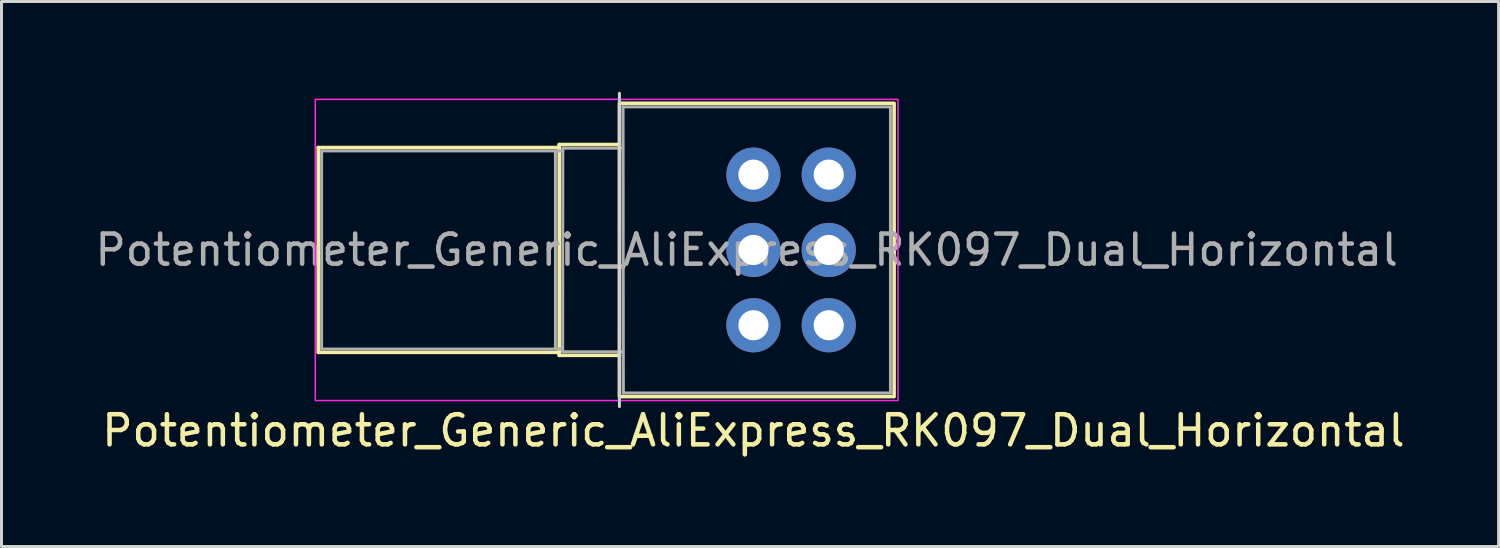
<source format=kicad_pcb>
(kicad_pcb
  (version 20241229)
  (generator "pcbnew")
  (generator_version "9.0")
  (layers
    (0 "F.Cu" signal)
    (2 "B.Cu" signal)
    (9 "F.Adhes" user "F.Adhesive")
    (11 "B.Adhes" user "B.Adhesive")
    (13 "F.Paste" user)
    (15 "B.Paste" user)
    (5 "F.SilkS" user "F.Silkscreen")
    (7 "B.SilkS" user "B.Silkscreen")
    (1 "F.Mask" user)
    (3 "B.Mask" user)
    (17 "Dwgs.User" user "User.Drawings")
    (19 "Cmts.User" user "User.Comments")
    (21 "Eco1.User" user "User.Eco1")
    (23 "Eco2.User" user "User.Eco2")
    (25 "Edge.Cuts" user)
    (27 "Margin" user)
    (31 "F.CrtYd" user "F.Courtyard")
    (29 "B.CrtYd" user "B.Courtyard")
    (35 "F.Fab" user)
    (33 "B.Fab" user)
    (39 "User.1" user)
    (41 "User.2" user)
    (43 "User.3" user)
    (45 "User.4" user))
  (footprint "Potentiometer_Generic_AliExpress_RK097_Dual_Horizontal"
    (layer "F.Cu")
    (at 26.519 0.25)
    (property "Reference" "Potentiometer_Generic_AliExpress_RK097_Dual_Horizontal" (at -4.55 11 180) (layer "F.SilkS") (effects (font (size 1 1) (thickness 0.15))))
    (attr through_hole)
    (fp_line (start -19 1.6) (end -11 1.6) (stroke (width 0.12) (type solid)) (layer "F.SilkS"))
    (fp_line (start -19 8.4) (end -19 1.6) (stroke (width 0.12) (type solid)) (layer "F.SilkS"))
    (fp_line (start -19 8.4) (end -11 8.4) (stroke (width 0.12) (type solid)) (layer "F.SilkS"))
    (fp_line (start -11 1.5) (end -11 8.5) (stroke (width 0.12) (type solid)) (layer "F.SilkS"))
    (fp_line (start -11 1.5) (end -9 1.5) (stroke (width 0.12) (type solid)) (layer "F.SilkS"))
    (fp_line (start -11 8.5) (end -9 8.5) (stroke (width 0.12) (type solid)) (layer "F.SilkS"))
    (fp_rect (start -9 0.13) (end 0.121 9.87) (stroke (width 0.12) (type solid)) (fill no) (layer "F.SilkS"))
    (fp_line (start -9 -0.2) (end -9 10.2) (stroke (width 0.1) (type solid)) (layer "Edge.Cuts"))
    (fp_rect (start -19.1 0) (end 0.25 10) (stroke (width 0.05) (type solid)) (fill no) (layer "F.CrtYd"))
    (fp_line (start -18.89 8.29) (end -18.89 1.71) (stroke (width 0.1) (type solid)) (layer "F.Fab"))
    (fp_line (start -11.125 8.275) (end -11.125 1.725) (stroke (width 0.1) (type solid)) (layer "F.Fab"))
    (fp_line (start -10.89 8.29) (end -18.89 8.29) (stroke (width 0.1) (type solid)) (layer "F.Fab"))
    (fp_line (start -10.88 1.62) (end -10.885 8.38) (stroke (width 0.1) (type solid)) (layer "F.Fab"))
    (fp_line (start -10.88 1.71) (end -18.88 1.71) (stroke (width 0.1) (type solid)) (layer "F.Fab"))
    (fp_line (start -8.895 8.38) (end -10.885 8.38) (stroke (width 0.1) (type solid)) (layer "F.Fab"))
    (fp_line (start -8.89 1.62) (end -10.88 1.62) (stroke (width 0.1) (type solid)) (layer "F.Fab"))
    (fp_line (start -8.88 0.25) (end -8.87 9.75) (stroke (width 0.1) (type solid)) (layer "F.Fab"))
    (fp_line (start -8.87 9.75) (end 0 9.75) (stroke (width 0.1) (type solid)) (layer "F.Fab"))
    (fp_line (start 0 0.25) (end -8.88 0.25) (stroke (width 0.1) (type solid)) (layer "F.Fab"))
    (fp_line (start 0 9.75) (end 0 0.25) (stroke (width 0.1) (type solid)) (layer "F.Fab"))
    (fp_text user "${REFERENCE}" (at -4.775 5 180) (layer "F.Fab") (effects (font (size 1 1) (thickness 0.15))))
    (pad "1" thru_hole circle (at -4.55 2.5 180) (size 1.8 1.8) (drill 1) (layers "*.Cu" "*.Mask"))
    (pad "2" thru_hole circle (at -4.55 5 180) (size 1.8 1.8) (drill 1) (layers "*.Cu" "*.Mask"))
    (pad "3" thru_hole circle (at -4.55 7.5 180) (size 1.8 1.8) (drill 1) (layers "*.Cu" "*.Mask"))
    (pad "4" thru_hole circle (at -2.05 2.5 180) (size 1.8 1.8) (drill 1) (layers "*.Cu" "*.Mask"))
    (pad "5" thru_hole circle (at -2.05 5 180) (size 1.8 1.8) (drill 1) (layers "*.Cu" "*.Mask"))
    (pad "6" thru_hole circle (at -2.05 7.5 180) (size 1.8 1.8) (drill 1) (layers "*.Cu" "*.Mask")))
  (gr_rect
    (start -3 -3)
    (end 46.713 15.098)
    (stroke (width 0.1) (type default))
    (fill no)
    (layer "Edge.Cuts")))
</source>
